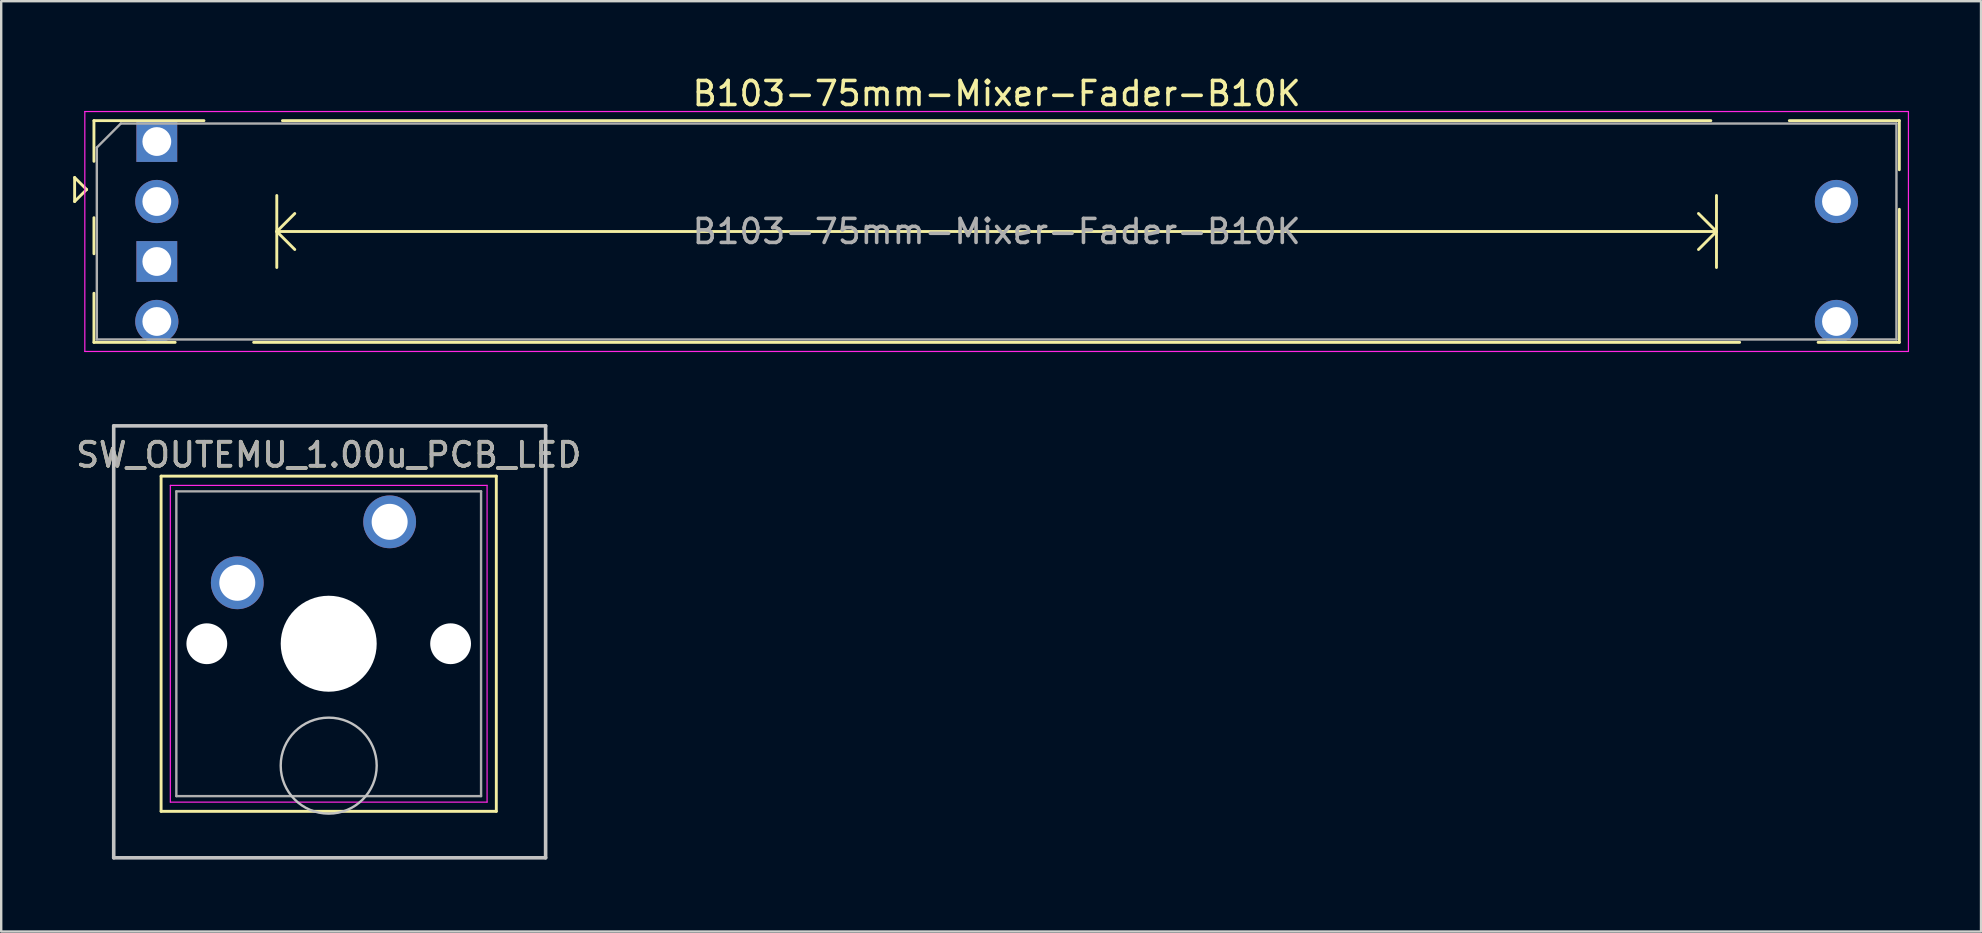
<source format=kicad_pcb>
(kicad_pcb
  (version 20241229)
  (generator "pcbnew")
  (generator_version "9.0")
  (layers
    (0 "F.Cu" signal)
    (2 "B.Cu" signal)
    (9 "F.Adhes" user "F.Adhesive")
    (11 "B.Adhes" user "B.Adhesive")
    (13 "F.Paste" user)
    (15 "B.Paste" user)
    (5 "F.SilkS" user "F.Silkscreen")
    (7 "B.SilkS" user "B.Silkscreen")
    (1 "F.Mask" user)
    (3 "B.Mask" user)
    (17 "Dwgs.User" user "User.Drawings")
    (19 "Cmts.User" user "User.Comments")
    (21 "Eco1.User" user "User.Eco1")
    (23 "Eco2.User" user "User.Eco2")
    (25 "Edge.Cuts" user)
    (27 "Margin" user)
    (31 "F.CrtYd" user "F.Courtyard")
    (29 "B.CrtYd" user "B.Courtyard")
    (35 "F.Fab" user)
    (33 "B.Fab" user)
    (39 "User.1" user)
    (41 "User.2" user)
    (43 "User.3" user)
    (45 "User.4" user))
  (footprint "SW_OUTEMU_1.00u_PCB_LED"
    (layer "F.Cu")
    (at 13.189 18.698)
    (property "Reference" "SW_OUTEMU_1.00u_PCB_LED" (at -2.54 -2.794 0) (layer "F.SilkS") (effects (font (size 1 1) (thickness 0.15))))
    (attr through_hole)
    (fp_line (start -9.525 -1.905) (end 4.445 -1.905) (stroke (width 0.12) (type solid)) (layer "F.SilkS"))
    (fp_line (start -9.525 12.065) (end -9.525 -1.905) (stroke (width 0.12) (type solid)) (layer "F.SilkS"))
    (fp_line (start 4.445 -1.905) (end 4.445 12.065) (stroke (width 0.12) (type solid)) (layer "F.SilkS"))
    (fp_line (start 4.445 12.065) (end -9.525 12.065) (stroke (width 0.12) (type solid)) (layer "F.SilkS"))
    (fp_line (start -11.5 -4) (end 6.5 -4) (stroke (width 0.15) (type solid)) (layer "Dwgs.User"))
    (fp_line (start -11.5 14) (end -11.5 -4) (stroke (width 0.15) (type solid)) (layer "Dwgs.User"))
    (fp_line (start 6.5 -4) (end 6.5 14) (stroke (width 0.15) (type solid)) (layer "Dwgs.User"))
    (fp_line (start 6.5 14) (end -11.5 14) (stroke (width 0.15) (type solid)) (layer "Dwgs.User"))
    (fp_circle (center -2.54 10.16) (end -0.54 10.16) (stroke (width 0.1) (type default)) (fill no) (layer "Dwgs.User"))
    (fp_line (start -9.14 -1.52) (end 4.06 -1.52) (stroke (width 0.05) (type solid)) (layer "F.CrtYd"))
    (fp_line (start -9.14 11.68) (end -9.14 -1.52) (stroke (width 0.05) (type solid)) (layer "F.CrtYd"))
    (fp_line (start 4.06 -1.52) (end 4.06 11.68) (stroke (width 0.05) (type solid)) (layer "F.CrtYd"))
    (fp_line (start 4.06 11.68) (end -9.14 11.68) (stroke (width 0.05) (type solid)) (layer "F.CrtYd"))
    (fp_line (start -8.89 -1.27) (end 3.81 -1.27) (stroke (width 0.1) (type solid)) (layer "F.Fab"))
    (fp_line (start -8.89 11.43) (end -8.89 -1.27) (stroke (width 0.1) (type solid)) (layer "F.Fab"))
    (fp_line (start 3.81 -1.27) (end 3.81 11.43) (stroke (width 0.1) (type solid)) (layer "F.Fab"))
    (fp_line (start 3.81 11.43) (end -8.89 11.43) (stroke (width 0.1) (type solid)) (layer "F.Fab"))
    (fp_text user "${REFERENCE}" (at -2.54 -2.794 0) (layer "F.Fab") (effects (font (size 1 1) (thickness 0.15))))
    (pad "" np_thru_hole circle (at -7.62 5.08) (size 1.7 1.7) (drill 1.7) (layers "*.Cu" "*.Mask"))
    (pad "" np_thru_hole circle (at -2.54 5.08) (size 4 4) (drill 4) (layers "*.Cu" "*.Mask"))
    (pad "" np_thru_hole circle (at 2.54 5.08) (size 1.7 1.7) (drill 1.7) (layers "*.Cu" "*.Mask"))
    (pad "1" thru_hole circle (at 0 0) (size 2.2 2.2) (drill 1.5) (layers "*.Cu" "*.Mask"))
    (pad "2" thru_hole circle (at -6.35 2.54) (size 2.2 2.2) (drill 1.5) (layers "*.Cu" "*.Mask")))
  (footprint "B103-75mm-Mixer-Fader-B10K"
    (layer "F.Cu")
    (at 38.485 6.598)
    (property "Reference" "B103-75mm-Mixer-Fader-B10K" (at 0 -5.75 0) (layer "F.SilkS") (effects (font (size 1 1) (thickness 0.15))))
    (attr through_hole)
    (fp_line (start -38.425 -2.25) (end -38.425 -1.25) (stroke (width 0.12) (type solid)) (layer "F.SilkS"))
    (fp_line (start -38.425 -1.25) (end -37.925 -1.75) (stroke (width 0.12) (type solid)) (layer "F.SilkS"))
    (fp_line (start -37.925 -1.75) (end -38.425 -2.25) (stroke (width 0.12) (type solid)) (layer "F.SilkS"))
    (fp_line (start -37.62 -4.62) (end -37.62 -2.925) (stroke (width 0.12) (type solid)) (layer "F.SilkS"))
    (fp_line (start -37.62 -4.62) (end -33.035 -4.62) (stroke (width 0.12) (type solid)) (layer "F.SilkS"))
    (fp_line (start -37.62 -0.575) (end -37.62 0.928) (stroke (width 0.12) (type solid)) (layer "F.SilkS"))
    (fp_line (start -37.62 2.573) (end -37.62 4.62) (stroke (width 0.12) (type solid)) (layer "F.SilkS"))
    (fp_line (start -37.62 4.62) (end -34.235 4.62) (stroke (width 0.12) (type solid)) (layer "F.SilkS"))
    (fp_line (start -30.964 4.62) (end 30.965 4.62) (stroke (width 0.12) (type solid)) (layer "F.SilkS"))
    (fp_line (start -30 -1.5) (end -30 1.5) (stroke (width 0.12) (type solid)) (layer "F.SilkS"))
    (fp_line (start -30 0) (end -29.25 0.75) (stroke (width 0.12) (type solid)) (layer "F.SilkS"))
    (fp_line (start -30 0) (end 30 0) (stroke (width 0.12) (type solid)) (layer "F.SilkS"))
    (fp_line (start -29.764 -4.62) (end 29.765 -4.62) (stroke (width 0.12) (type solid)) (layer "F.SilkS"))
    (fp_line (start -29.25 -0.75) (end -30 0) (stroke (width 0.12) (type solid)) (layer "F.SilkS"))
    (fp_line (start 29.25 -0.75) (end 30 0) (stroke (width 0.12) (type solid)) (layer "F.SilkS"))
    (fp_line (start 30 -1.5) (end 30 1.5) (stroke (width 0.12) (type solid)) (layer "F.SilkS"))
    (fp_line (start 30 0) (end 29.25 0.75) (stroke (width 0.12) (type solid)) (layer "F.SilkS"))
    (fp_line (start 33.036 -4.62) (end 37.62 -4.62) (stroke (width 0.12) (type solid)) (layer "F.SilkS"))
    (fp_line (start 34.236 4.62) (end 37.62 4.62) (stroke (width 0.12) (type solid)) (layer "F.SilkS"))
    (fp_line (start 37.62 -4.62) (end 37.62 -2.573) (stroke (width 0.12) (type solid)) (layer "F.SilkS"))
    (fp_line (start 37.62 -0.927) (end 37.62 4.62) (stroke (width 0.12) (type solid)) (layer "F.SilkS"))
    (fp_line (start -38 -5) (end -38 5) (stroke (width 0.05) (type solid)) (layer "F.CrtYd"))
    (fp_line (start -38 5) (end 38 5) (stroke (width 0.05) (type solid)) (layer "F.CrtYd"))
    (fp_line (start 38 -5) (end -38 -5) (stroke (width 0.05) (type solid)) (layer "F.CrtYd"))
    (fp_line (start 38 5) (end 38 -5) (stroke (width 0.05) (type solid)) (layer "F.CrtYd"))
    (fp_line (start -37.5 -3.5) (end -36.5 -4.5) (stroke (width 0.1) (type solid)) (layer "F.Fab"))
    (fp_line (start -37.5 4.5) (end -37.5 -3.5) (stroke (width 0.1) (type solid)) (layer "F.Fab"))
    (fp_line (start -36.5 -4.5) (end 37.5 -4.5) (stroke (width 0.1) (type solid)) (layer "F.Fab"))
    (fp_line (start 37.5 -4.5) (end 37.5 4.5) (stroke (width 0.1) (type solid)) (layer "F.Fab"))
    (fp_line (start 37.5 4.5) (end -37.5 4.5) (stroke (width 0.1) (type solid)) (layer "F.Fab"))
    (fp_circle (center -35.5 0) (end -34.5 0) (stroke (width 0.1) (type solid)) (fill no) (layer "User.1"))
    (fp_circle (center 35.5 0) (end 36.5 0) (stroke (width 0.1) (type solid)) (fill no) (layer "User.1"))
    (fp_text user "${REFERENCE}" (at 0 0 0) (layer "F.Fab") (effects (font (size 1 1) (thickness 0.15))))
    (pad "1" thru_hole circle (at -35 -1.25) (size 1.8 1.8) (drill 1.2) (layers "*.Cu" "*.Mask"))
    (pad "2" thru_hole rect (at -35 -3.75) (size 1.7 1.7) (drill 1.2) (layers "*.Cu" "*.Mask"))
    (pad "3" thru_hole circle (at 35 -1.25) (size 1.8 1.8) (drill 1.2) (layers "*.Cu" "*.Mask"))
    (pad "4" thru_hole circle (at -35 3.75) (size 1.8 1.8) (drill 1.2) (layers "*.Cu" "*.Mask"))
    (pad "5" thru_hole rect (at -35 1.25) (size 1.7 1.7) (drill 1.2) (layers "*.Cu" "*.Mask"))
    (pad "6" thru_hole circle (at 35 3.75) (size 1.8 1.8) (drill 1.2) (layers "*.Cu" "*.Mask")))
  (gr_rect
    (start -3 -3)
    (end 79.51 35.773)
    (stroke (width 0.1) (type default))
    (fill no)
    (layer "Edge.Cuts")))
</source>
